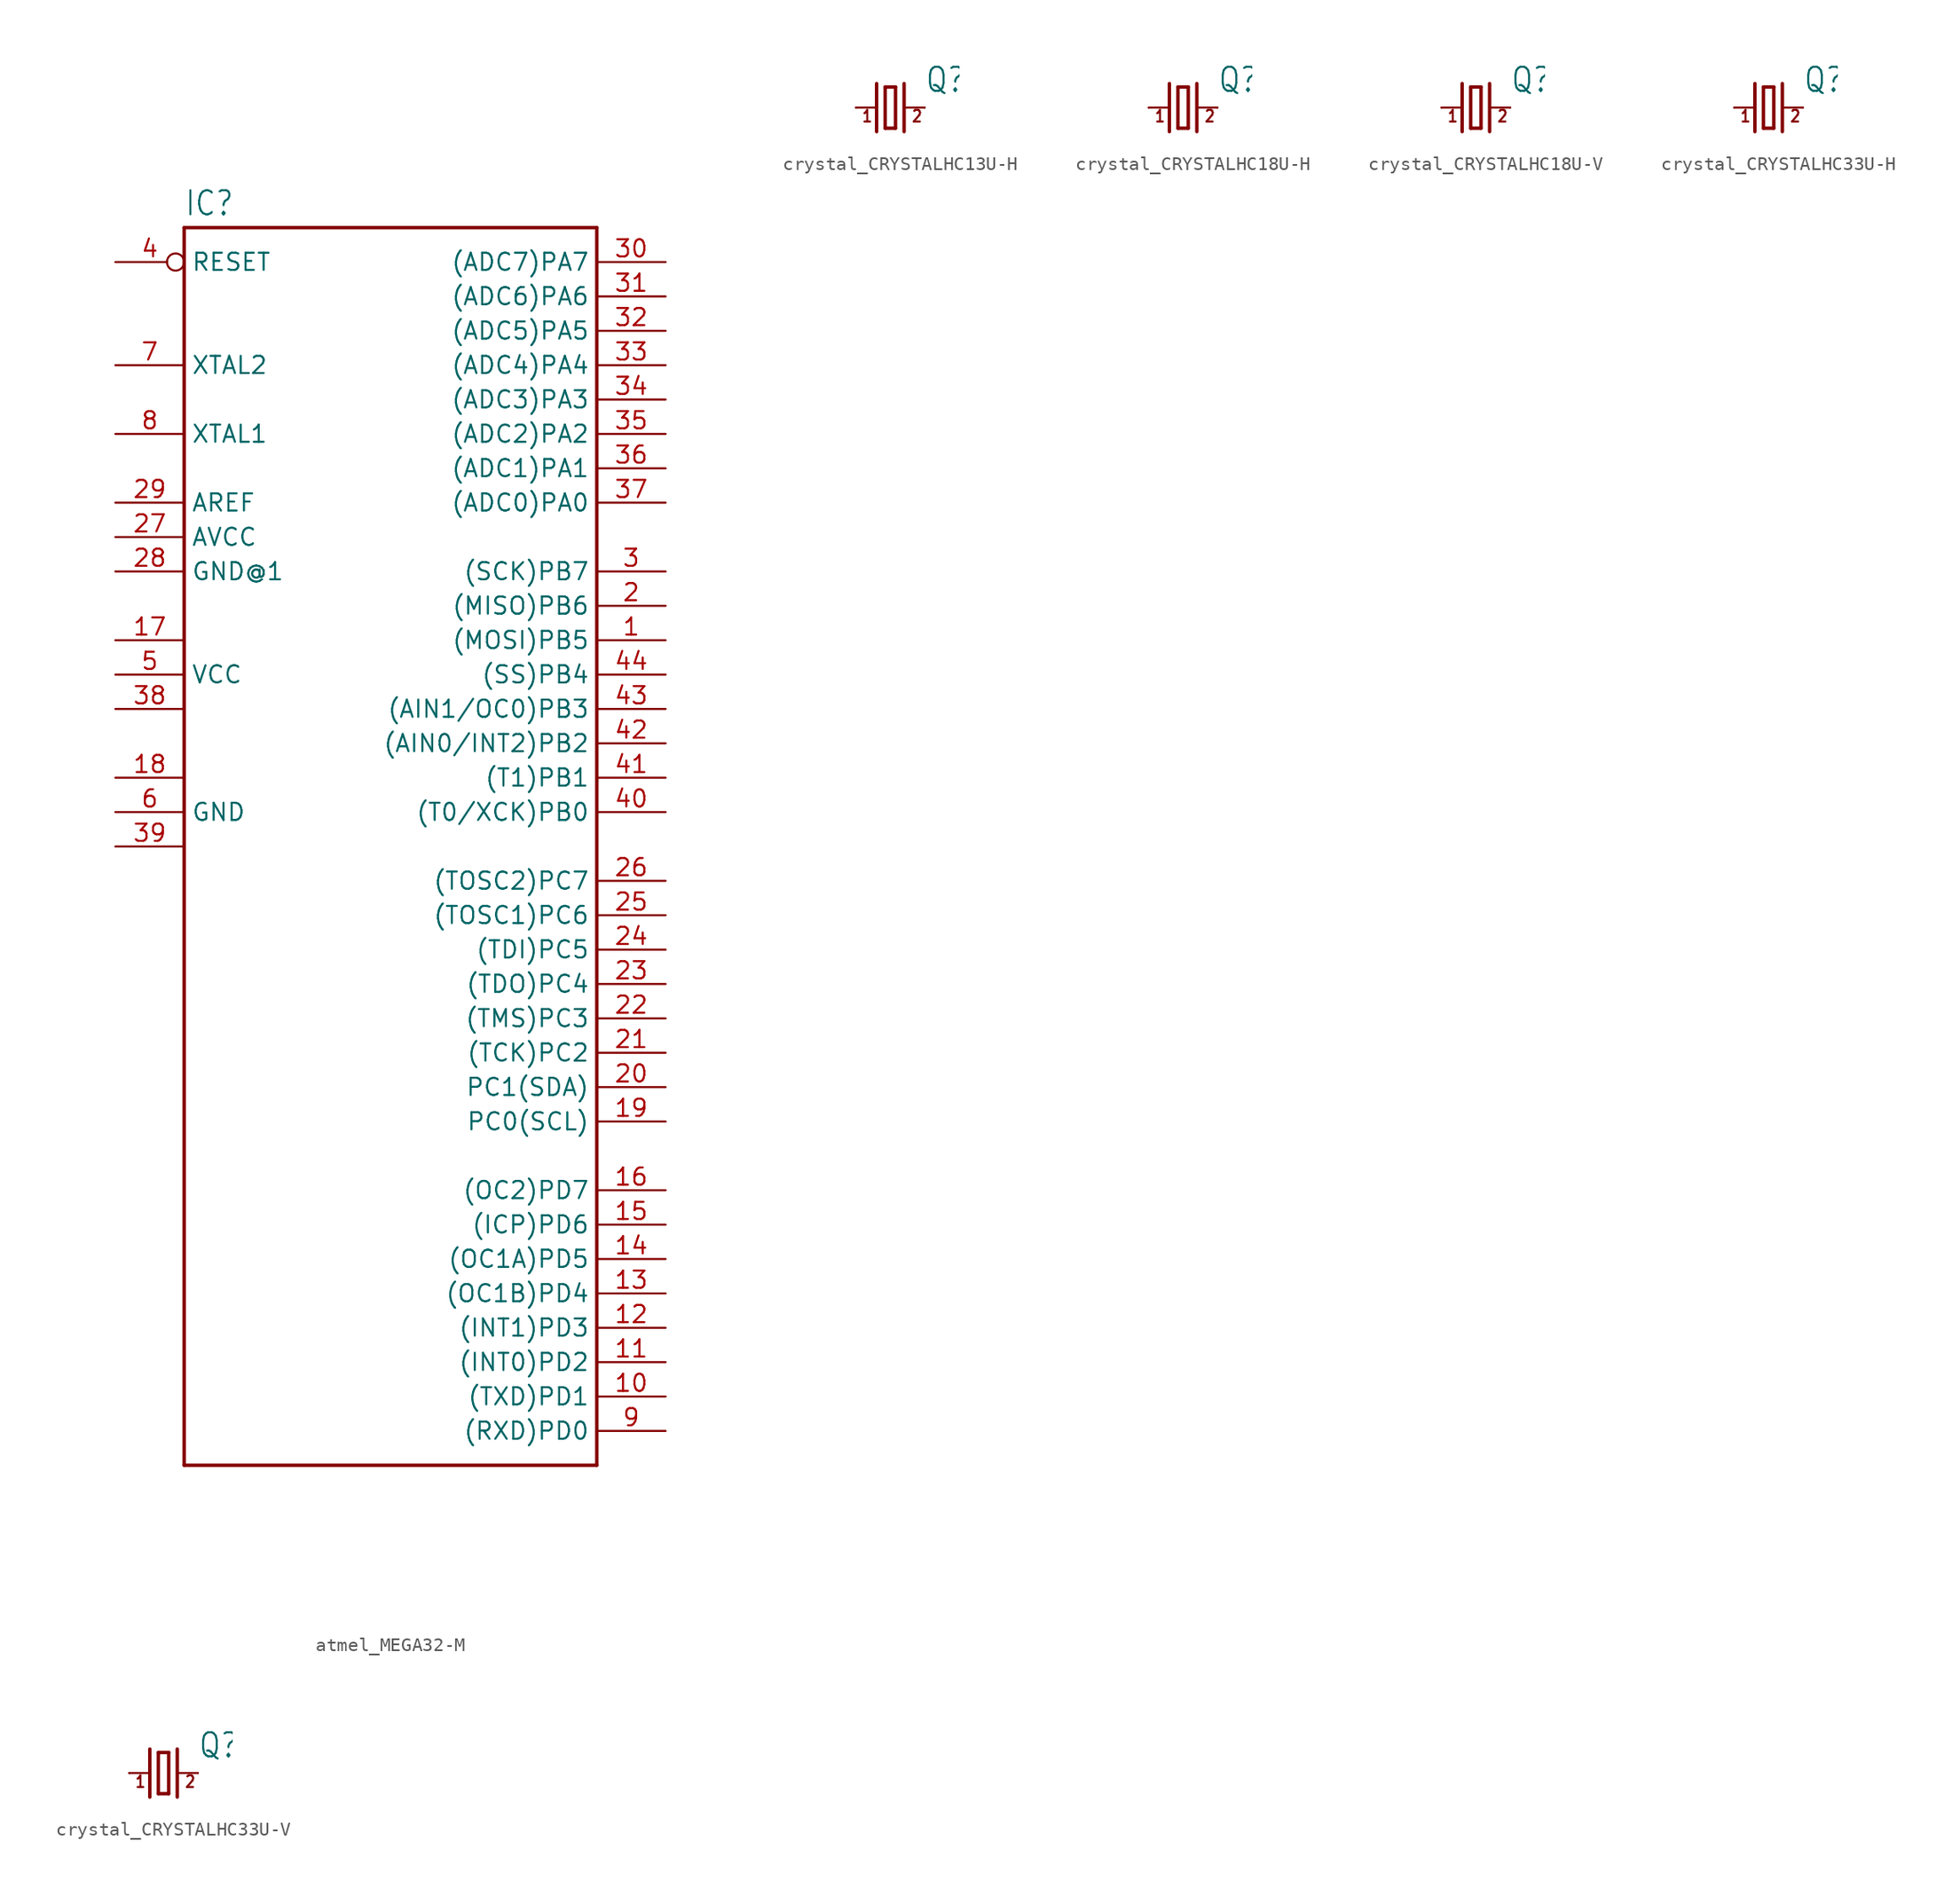
<source format=kicad_sym>
(kicad_symbol_lib
  (version 20231120)
  (generator "kicad_symbol_editor")
  (generator_version "8.0")
  (symbol "atmel_MEGA32-M"
    (property "Reference" "IC"
      (at -15.24 46.482 0)
      (effects (font (size 1.778 1.511)) (justify left bottom)))
    (property "Value" ""
      (at -15.24 -48.26 0)
      (effects (font (size 1.778 1.511)) (justify left bottom)))
    (property "ki_locked" ""
      (at 0 0 0)
      (effects (font (size 1.27 1.27))))
    (symbol "atmel_MEGA32-M_1_0"
      (polyline (pts (xy -15.24 -45.72) (xy -15.24 45.72)) (stroke (width 0.254) (type solid)) (fill (type none)))
      (polyline (pts (xy -15.24 45.72) (xy 15.24 45.72)) (stroke (width 0.254) (type solid)) (fill (type none)))
      (polyline (pts (xy 15.24 -45.72) (xy -15.24 -45.72)) (stroke (width 0.254) (type solid)) (fill (type none)))
      (polyline (pts (xy 15.24 45.72) (xy 15.24 -45.72)) (stroke (width 0.254) (type solid)) (fill (type none)))
      (pin bidirectional line (at 20.32 15.24 180) (length 5.08) (name "(MOSI)PB5" (effects (font (size 1.27 1.27)))) (number "1" (effects (font (size 1.27 1.27)))))
      (pin bidirectional line (at 20.32 -40.64 180) (length 5.08) (name "(TXD)PD1" (effects (font (size 1.27 1.27)))) (number "10" (effects (font (size 1.27 1.27)))))
      (pin bidirectional line (at 20.32 -38.1 180) (length 5.08) (name "(INT0)PD2" (effects (font (size 1.27 1.27)))) (number "11" (effects (font (size 1.27 1.27)))))
      (pin bidirectional line (at 20.32 -35.56 180) (length 5.08) (name "(INT1)PD3" (effects (font (size 1.27 1.27)))) (number "12" (effects (font (size 1.27 1.27)))))
      (pin bidirectional line (at 20.32 -33.02 180) (length 5.08) (name "(OC1B)PD4" (effects (font (size 1.27 1.27)))) (number "13" (effects (font (size 1.27 1.27)))))
      (pin bidirectional line (at 20.32 -30.48 180) (length 5.08) (name "(OC1A)PD5" (effects (font (size 1.27 1.27)))) (number "14" (effects (font (size 1.27 1.27)))))
      (pin bidirectional line (at 20.32 -27.94 180) (length 5.08) (name "(ICP)PD6" (effects (font (size 1.27 1.27)))) (number "15" (effects (font (size 1.27 1.27)))))
      (pin bidirectional line (at 20.32 -25.4 180) (length 5.08) (name "(OC2)PD7" (effects (font (size 1.27 1.27)))) (number "16" (effects (font (size 1.27 1.27)))))
      (pin power_in line (at -20.32 15.24 0) (length 5.08) (name "VCC1" (effects (font (size 0 0)))) (number "17" (effects (font (size 1.27 1.27)))))
      (pin power_in line (at -20.32 5.08 0) (length 5.08) (name "GND1" (effects (font (size 0 0)))) (number "18" (effects (font (size 1.27 1.27)))))
      (pin bidirectional line (at 20.32 -20.32 180) (length 5.08) (name "PC0(SCL)" (effects (font (size 1.27 1.27)))) (number "19" (effects (font (size 1.27 1.27)))))
      (pin bidirectional line (at 20.32 17.78 180) (length 5.08) (name "(MISO)PB6" (effects (font (size 1.27 1.27)))) (number "2" (effects (font (size 1.27 1.27)))))
      (pin bidirectional line (at 20.32 -17.78 180) (length 5.08) (name "PC1(SDA)" (effects (font (size 1.27 1.27)))) (number "20" (effects (font (size 1.27 1.27)))))
      (pin bidirectional line (at 20.32 -15.24 180) (length 5.08) (name "(TCK)PC2" (effects (font (size 1.27 1.27)))) (number "21" (effects (font (size 1.27 1.27)))))
      (pin bidirectional line (at 20.32 -12.7 180) (length 5.08) (name "(TMS)PC3" (effects (font (size 1.27 1.27)))) (number "22" (effects (font (size 1.27 1.27)))))
      (pin bidirectional line (at 20.32 -10.16 180) (length 5.08) (name "(TDO)PC4" (effects (font (size 1.27 1.27)))) (number "23" (effects (font (size 1.27 1.27)))))
      (pin bidirectional line (at 20.32 -7.62 180) (length 5.08) (name "(TDI)PC5" (effects (font (size 1.27 1.27)))) (number "24" (effects (font (size 1.27 1.27)))))
      (pin bidirectional line (at 20.32 -5.08 180) (length 5.08) (name "(TOSC1)PC6" (effects (font (size 1.27 1.27)))) (number "25" (effects (font (size 1.27 1.27)))))
      (pin bidirectional line (at 20.32 -2.54 180) (length 5.08) (name "(TOSC2)PC7" (effects (font (size 1.27 1.27)))) (number "26" (effects (font (size 1.27 1.27)))))
      (pin power_in line (at -20.32 22.86 0) (length 5.08) (name "AVCC" (effects (font (size 1.27 1.27)))) (number "27" (effects (font (size 1.27 1.27)))))
      (pin power_in line (at -20.32 20.32 0) (length 5.08) (name "GND@1" (effects (font (size 1.27 1.27)))) (number "28" (effects (font (size 1.27 1.27)))))
      (pin passive line (at -20.32 25.4 0) (length 5.08) (name "AREF" (effects (font (size 1.27 1.27)))) (number "29" (effects (font (size 1.27 1.27)))))
      (pin bidirectional line (at 20.32 20.32 180) (length 5.08) (name "(SCK)PB7" (effects (font (size 1.27 1.27)))) (number "3" (effects (font (size 1.27 1.27)))))
      (pin bidirectional line (at 20.32 43.18 180) (length 5.08) (name "(ADC7)PA7" (effects (font (size 1.27 1.27)))) (number "30" (effects (font (size 1.27 1.27)))))
      (pin bidirectional line (at 20.32 40.64 180) (length 5.08) (name "(ADC6)PA6" (effects (font (size 1.27 1.27)))) (number "31" (effects (font (size 1.27 1.27)))))
      (pin bidirectional line (at 20.32 38.1 180) (length 5.08) (name "(ADC5)PA5" (effects (font (size 1.27 1.27)))) (number "32" (effects (font (size 1.27 1.27)))))
      (pin bidirectional line (at 20.32 35.56 180) (length 5.08) (name "(ADC4)PA4" (effects (font (size 1.27 1.27)))) (number "33" (effects (font (size 1.27 1.27)))))
      (pin bidirectional line (at 20.32 33.02 180) (length 5.08) (name "(ADC3)PA3" (effects (font (size 1.27 1.27)))) (number "34" (effects (font (size 1.27 1.27)))))
      (pin bidirectional line (at 20.32 30.48 180) (length 5.08) (name "(ADC2)PA2" (effects (font (size 1.27 1.27)))) (number "35" (effects (font (size 1.27 1.27)))))
      (pin bidirectional line (at 20.32 27.94 180) (length 5.08) (name "(ADC1)PA1" (effects (font (size 1.27 1.27)))) (number "36" (effects (font (size 1.27 1.27)))))
      (pin bidirectional line (at 20.32 25.4 180) (length 5.08) (name "(ADC0)PA0" (effects (font (size 1.27 1.27)))) (number "37" (effects (font (size 1.27 1.27)))))
      (pin power_in line (at -20.32 10.16 0) (length 5.08) (name "VCC2" (effects (font (size 0 0)))) (number "38" (effects (font (size 1.27 1.27)))))
      (pin power_in line (at -20.32 0 0) (length 5.08) (name "GND2" (effects (font (size 0 0)))) (number "39" (effects (font (size 1.27 1.27)))))
      (pin input inverted (at -20.32 43.18 0) (length 5.08) (name "RESET" (effects (font (size 1.27 1.27)))) (number "4" (effects (font (size 1.27 1.27)))))
      (pin bidirectional line (at 20.32 2.54 180) (length 5.08) (name "(T0/XCK)PB0" (effects (font (size 1.27 1.27)))) (number "40" (effects (font (size 1.27 1.27)))))
      (pin bidirectional line (at 20.32 5.08 180) (length 5.08) (name "(T1)PB1" (effects (font (size 1.27 1.27)))) (number "41" (effects (font (size 1.27 1.27)))))
      (pin bidirectional line (at 20.32 7.62 180) (length 5.08) (name "(AIN0/INT2)PB2" (effects (font (size 1.27 1.27)))) (number "42" (effects (font (size 1.27 1.27)))))
      (pin bidirectional line (at 20.32 10.16 180) (length 5.08) (name "(AIN1/OC0)PB3" (effects (font (size 1.27 1.27)))) (number "43" (effects (font (size 1.27 1.27)))))
      (pin bidirectional line (at 20.32 12.7 180) (length 5.08) (name "(SS)PB4" (effects (font (size 1.27 1.27)))) (number "44" (effects (font (size 1.27 1.27)))))
      (pin power_in line (at -20.32 12.7 0) (length 5.08) (name "VCC" (effects (font (size 1.27 1.27)))) (number "5" (effects (font (size 1.27 1.27)))))
      (pin power_in line (at -20.32 2.54 0) (length 5.08) (name "GND" (effects (font (size 1.27 1.27)))) (number "6" (effects (font (size 1.27 1.27)))))
      (pin bidirectional line (at -20.32 35.56 0) (length 5.08) (name "XTAL2" (effects (font (size 1.27 1.27)))) (number "7" (effects (font (size 1.27 1.27)))))
      (pin bidirectional line (at -20.32 30.48 0) (length 5.08) (name "XTAL1" (effects (font (size 1.27 1.27)))) (number "8" (effects (font (size 1.27 1.27)))))
      (pin bidirectional line (at 20.32 -43.18 180) (length 5.08) (name "(RXD)PD0" (effects (font (size 1.27 1.27)))) (number "9" (effects (font (size 1.27 1.27)))))))
  (symbol "crystal_CRYSTALHC13U-H"
    (property "Reference" "Q"
      (at 2.54 1.016 0)
      (effects (font (size 1.778 1.511)) (justify left bottom)))
    (property "Value" ""
      (at 2.54 -2.54 0)
      (effects (font (size 1.778 1.511)) (justify left bottom)))
    (property "ki_locked" ""
      (at 0 0 0)
      (effects (font (size 1.27 1.27))))
    (symbol "crystal_CRYSTALHC13U-H_1_0"
      (polyline (pts (xy -2.54 0) (xy -1.016 0)) (stroke (width 0.152) (type solid)) (fill (type none)))
      (polyline (pts (xy -1.016 1.778) (xy -1.016 -1.778)) (stroke (width 0.254) (type solid)) (fill (type none)))
      (polyline (pts (xy -0.381 -1.524) (xy 0.381 -1.524)) (stroke (width 0.254) (type solid)) (fill (type none)))
      (polyline (pts (xy -0.381 1.524) (xy -0.381 -1.524)) (stroke (width 0.254) (type solid)) (fill (type none)))
      (polyline (pts (xy 0.381 -1.524) (xy 0.381 1.524)) (stroke (width 0.254) (type solid)) (fill (type none)))
      (polyline (pts (xy 0.381 1.524) (xy -0.381 1.524)) (stroke (width 0.254) (type solid)) (fill (type none)))
      (polyline (pts (xy 1.016 0) (xy 2.54 0)) (stroke (width 0.152) (type solid)) (fill (type none)))
      (polyline (pts (xy 1.016 1.778) (xy 1.016 -1.778)) (stroke (width 0.254) (type solid)) (fill (type none)))
      (text "1" (at -2.159 -1.143 0) (effects (font (size 0.864 0.734)) (justify left bottom)))
      (text "2" (at 1.524 -1.143 0) (effects (font (size 0.864 0.734)) (justify left bottom)))
      (pin passive line (at -2.54 0 0) (length 0) (name "1" (effects (font (size 0 0)))) (number "1" (effects (font (size 0 0)))))
      (pin passive line (at 2.54 0 180) (length 0) (name "2" (effects (font (size 0 0)))) (number "2" (effects (font (size 0 0)))))))
  (symbol "crystal_CRYSTALHC18U-H"
    (property "Reference" "Q"
      (at 2.54 1.016 0)
      (effects (font (size 1.778 1.511)) (justify left bottom)))
    (property "Value" ""
      (at 2.54 -2.54 0)
      (effects (font (size 1.778 1.511)) (justify left bottom)))
    (property "ki_locked" ""
      (at 0 0 0)
      (effects (font (size 1.27 1.27))))
    (symbol "crystal_CRYSTALHC18U-H_1_0"
      (polyline (pts (xy -2.54 0) (xy -1.016 0)) (stroke (width 0.152) (type solid)) (fill (type none)))
      (polyline (pts (xy -1.016 1.778) (xy -1.016 -1.778)) (stroke (width 0.254) (type solid)) (fill (type none)))
      (polyline (pts (xy -0.381 -1.524) (xy 0.381 -1.524)) (stroke (width 0.254) (type solid)) (fill (type none)))
      (polyline (pts (xy -0.381 1.524) (xy -0.381 -1.524)) (stroke (width 0.254) (type solid)) (fill (type none)))
      (polyline (pts (xy 0.381 -1.524) (xy 0.381 1.524)) (stroke (width 0.254) (type solid)) (fill (type none)))
      (polyline (pts (xy 0.381 1.524) (xy -0.381 1.524)) (stroke (width 0.254) (type solid)) (fill (type none)))
      (polyline (pts (xy 1.016 0) (xy 2.54 0)) (stroke (width 0.152) (type solid)) (fill (type none)))
      (polyline (pts (xy 1.016 1.778) (xy 1.016 -1.778)) (stroke (width 0.254) (type solid)) (fill (type none)))
      (text "1" (at -2.159 -1.143 0) (effects (font (size 0.864 0.734)) (justify left bottom)))
      (text "2" (at 1.524 -1.143 0) (effects (font (size 0.864 0.734)) (justify left bottom)))
      (pin passive line (at -2.54 0 0) (length 0) (name "1" (effects (font (size 0 0)))) (number "1" (effects (font (size 0 0)))))
      (pin passive line (at 2.54 0 180) (length 0) (name "2" (effects (font (size 0 0)))) (number "2" (effects (font (size 0 0)))))))
  (symbol "crystal_CRYSTALHC18U-V"
    (property "Reference" "Q"
      (at 2.54 1.016 0)
      (effects (font (size 1.778 1.511)) (justify left bottom)))
    (property "Value" ""
      (at 2.54 -2.54 0)
      (effects (font (size 1.778 1.511)) (justify left bottom)))
    (property "ki_locked" ""
      (at 0 0 0)
      (effects (font (size 1.27 1.27))))
    (symbol "crystal_CRYSTALHC18U-V_1_0"
      (polyline (pts (xy -2.54 0) (xy -1.016 0)) (stroke (width 0.152) (type solid)) (fill (type none)))
      (polyline (pts (xy -1.016 1.778) (xy -1.016 -1.778)) (stroke (width 0.254) (type solid)) (fill (type none)))
      (polyline (pts (xy -0.381 -1.524) (xy 0.381 -1.524)) (stroke (width 0.254) (type solid)) (fill (type none)))
      (polyline (pts (xy -0.381 1.524) (xy -0.381 -1.524)) (stroke (width 0.254) (type solid)) (fill (type none)))
      (polyline (pts (xy 0.381 -1.524) (xy 0.381 1.524)) (stroke (width 0.254) (type solid)) (fill (type none)))
      (polyline (pts (xy 0.381 1.524) (xy -0.381 1.524)) (stroke (width 0.254) (type solid)) (fill (type none)))
      (polyline (pts (xy 1.016 0) (xy 2.54 0)) (stroke (width 0.152) (type solid)) (fill (type none)))
      (polyline (pts (xy 1.016 1.778) (xy 1.016 -1.778)) (stroke (width 0.254) (type solid)) (fill (type none)))
      (text "1" (at -2.159 -1.143 0) (effects (font (size 0.864 0.734)) (justify left bottom)))
      (text "2" (at 1.524 -1.143 0) (effects (font (size 0.864 0.734)) (justify left bottom)))
      (pin passive line (at -2.54 0 0) (length 0) (name "1" (effects (font (size 0 0)))) (number "1" (effects (font (size 0 0)))))
      (pin passive line (at 2.54 0 180) (length 0) (name "2" (effects (font (size 0 0)))) (number "2" (effects (font (size 0 0)))))))
  (symbol "crystal_CRYSTALHC33U-H"
    (property "Reference" "Q"
      (at 2.54 1.016 0)
      (effects (font (size 1.778 1.511)) (justify left bottom)))
    (property "Value" ""
      (at 2.54 -2.54 0)
      (effects (font (size 1.778 1.511)) (justify left bottom)))
    (property "ki_locked" ""
      (at 0 0 0)
      (effects (font (size 1.27 1.27))))
    (symbol "crystal_CRYSTALHC33U-H_1_0"
      (polyline (pts (xy -2.54 0) (xy -1.016 0)) (stroke (width 0.152) (type solid)) (fill (type none)))
      (polyline (pts (xy -1.016 1.778) (xy -1.016 -1.778)) (stroke (width 0.254) (type solid)) (fill (type none)))
      (polyline (pts (xy -0.381 -1.524) (xy 0.381 -1.524)) (stroke (width 0.254) (type solid)) (fill (type none)))
      (polyline (pts (xy -0.381 1.524) (xy -0.381 -1.524)) (stroke (width 0.254) (type solid)) (fill (type none)))
      (polyline (pts (xy 0.381 -1.524) (xy 0.381 1.524)) (stroke (width 0.254) (type solid)) (fill (type none)))
      (polyline (pts (xy 0.381 1.524) (xy -0.381 1.524)) (stroke (width 0.254) (type solid)) (fill (type none)))
      (polyline (pts (xy 1.016 0) (xy 2.54 0)) (stroke (width 0.152) (type solid)) (fill (type none)))
      (polyline (pts (xy 1.016 1.778) (xy 1.016 -1.778)) (stroke (width 0.254) (type solid)) (fill (type none)))
      (text "1" (at -2.159 -1.143 0) (effects (font (size 0.864 0.734)) (justify left bottom)))
      (text "2" (at 1.524 -1.143 0) (effects (font (size 0.864 0.734)) (justify left bottom)))
      (pin passive line (at -2.54 0 0) (length 0) (name "1" (effects (font (size 0 0)))) (number "1" (effects (font (size 0 0)))))
      (pin passive line (at 2.54 0 180) (length 0) (name "2" (effects (font (size 0 0)))) (number "2" (effects (font (size 0 0)))))))
  (symbol "crystal_CRYSTALHC33U-V"
    (property "Reference" "Q"
      (at 2.54 1.016 0)
      (effects (font (size 1.778 1.511)) (justify left bottom)))
    (property "Value" ""
      (at 2.54 -2.54 0)
      (effects (font (size 1.778 1.511)) (justify left bottom)))
    (property "ki_locked" ""
      (at 0 0 0)
      (effects (font (size 1.27 1.27))))
    (symbol "crystal_CRYSTALHC33U-V_1_0"
      (polyline (pts (xy -2.54 0) (xy -1.016 0)) (stroke (width 0.152) (type solid)) (fill (type none)))
      (polyline (pts (xy -1.016 1.778) (xy -1.016 -1.778)) (stroke (width 0.254) (type solid)) (fill (type none)))
      (polyline (pts (xy -0.381 -1.524) (xy 0.381 -1.524)) (stroke (width 0.254) (type solid)) (fill (type none)))
      (polyline (pts (xy -0.381 1.524) (xy -0.381 -1.524)) (stroke (width 0.254) (type solid)) (fill (type none)))
      (polyline (pts (xy 0.381 -1.524) (xy 0.381 1.524)) (stroke (width 0.254) (type solid)) (fill (type none)))
      (polyline (pts (xy 0.381 1.524) (xy -0.381 1.524)) (stroke (width 0.254) (type solid)) (fill (type none)))
      (polyline (pts (xy 1.016 0) (xy 2.54 0)) (stroke (width 0.152) (type solid)) (fill (type none)))
      (polyline (pts (xy 1.016 1.778) (xy 1.016 -1.778)) (stroke (width 0.254) (type solid)) (fill (type none)))
      (text "1" (at -2.159 -1.143 0) (effects (font (size 0.864 0.734)) (justify left bottom)))
      (text "2" (at 1.524 -1.143 0) (effects (font (size 0.864 0.734)) (justify left bottom)))
      (pin passive line (at -2.54 0 0) (length 0) (name "1" (effects (font (size 0 0)))) (number "1" (effects (font (size 0 0)))))
      (pin passive line (at 2.54 0 180) (length 0) (name "2" (effects (font (size 0 0)))) (number "2" (effects (font (size 0 0))))))))
</source>
